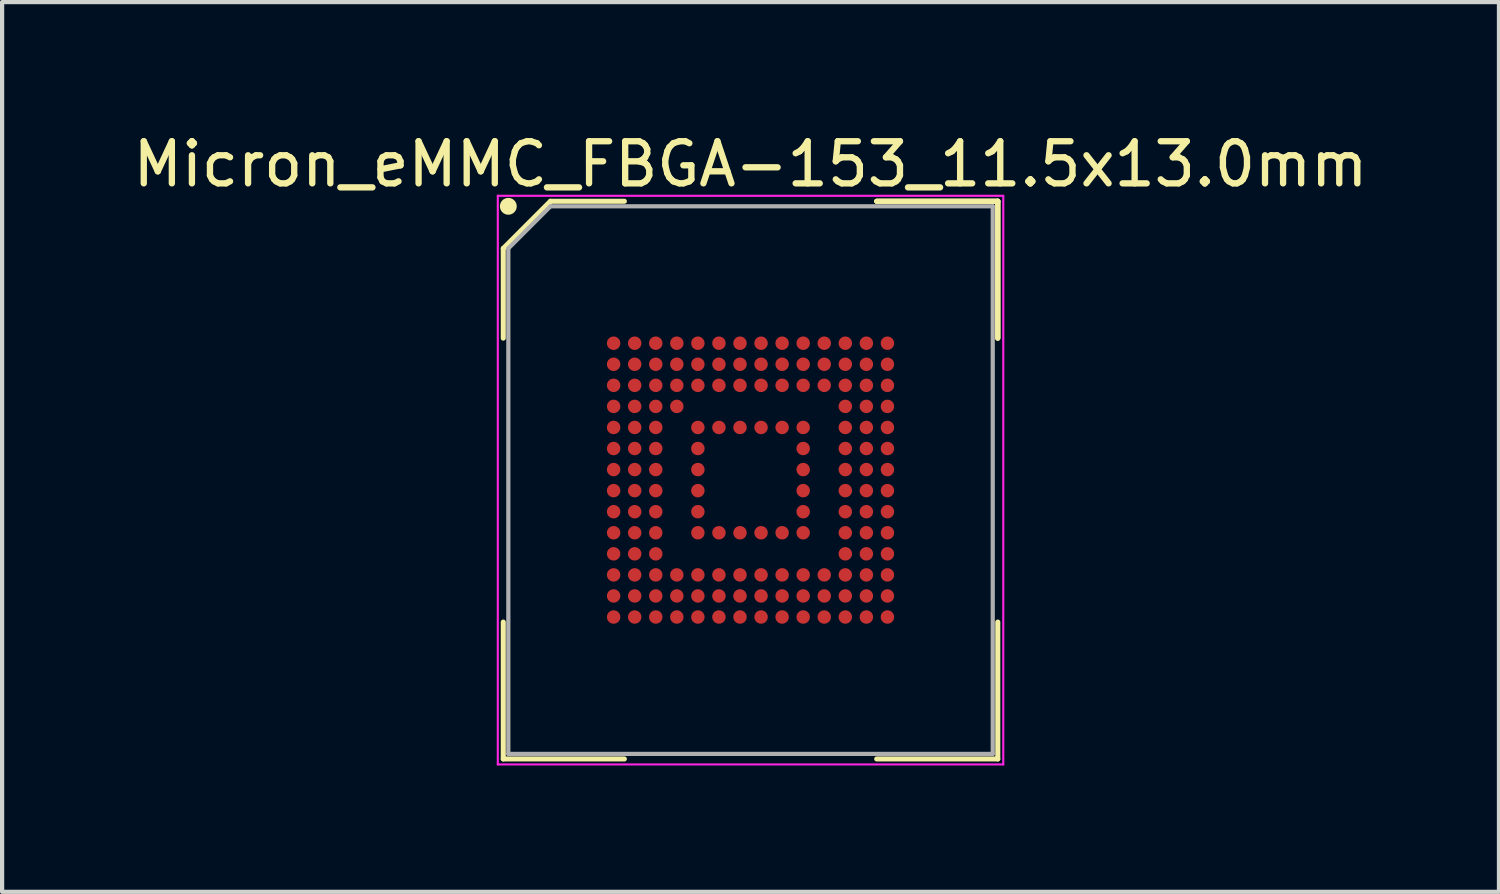
<source format=kicad_pcb>
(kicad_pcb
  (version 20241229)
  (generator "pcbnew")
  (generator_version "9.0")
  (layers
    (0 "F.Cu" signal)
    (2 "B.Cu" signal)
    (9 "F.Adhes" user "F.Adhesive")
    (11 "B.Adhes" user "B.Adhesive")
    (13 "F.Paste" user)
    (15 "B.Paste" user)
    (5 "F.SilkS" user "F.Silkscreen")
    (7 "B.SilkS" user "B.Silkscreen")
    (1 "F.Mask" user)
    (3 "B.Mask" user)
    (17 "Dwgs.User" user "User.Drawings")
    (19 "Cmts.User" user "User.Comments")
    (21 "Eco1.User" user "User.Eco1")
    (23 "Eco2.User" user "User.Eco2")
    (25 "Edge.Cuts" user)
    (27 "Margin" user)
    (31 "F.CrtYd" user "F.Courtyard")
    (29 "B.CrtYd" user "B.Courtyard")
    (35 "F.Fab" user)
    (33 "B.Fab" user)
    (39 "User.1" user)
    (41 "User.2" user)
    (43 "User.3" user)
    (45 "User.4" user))
  (footprint "Micron_eMMC_FBGA-153_11.5x13.0mm"
    (layer "F.Cu")
    (at 14.768 8.348)
    (property "Reference" "Micron_eMMC_FBGA-153_11.5x13.0mm" (at 0 -7.5 0) (layer "F.SilkS") (effects (font (size 1 1) (thickness 0.15))))
    (attr through_hole)
    (fp_line (start -5.87 -5.5) (end -5.87 -3.37) (stroke (width 0.12) (type default)) (layer "F.SilkS"))
    (fp_line (start -5.87 6.62) (end -5.87 3.37) (stroke (width 0.12) (type default)) (layer "F.SilkS"))
    (fp_line (start -4.75 -6.62) (end -5.87 -5.5) (stroke (width 0.12) (type default)) (layer "F.SilkS"))
    (fp_line (start -2.995 -6.62) (end -4.75 -6.62) (stroke (width 0.12) (type default)) (layer "F.SilkS"))
    (fp_line (start -2.995 6.62) (end -5.87 6.62) (stroke (width 0.12) (type default)) (layer "F.SilkS"))
    (fp_line (start 2.995 -6.62) (end 5.87 -6.62) (stroke (width 0.12) (type default)) (layer "F.SilkS"))
    (fp_line (start 2.995 -6.62) (end 5.87 -6.62) (stroke (width 0.12) (type default)) (layer "F.SilkS"))
    (fp_line (start 2.995 -6.62) (end 5.87 -6.62) (stroke (width 0.12) (type default)) (layer "F.SilkS"))
    (fp_line (start 2.995 6.62) (end 5.87 6.62) (stroke (width 0.12) (type default)) (layer "F.SilkS"))
    (fp_line (start 5.87 -6.62) (end 5.87 -3.37) (stroke (width 0.12) (type default)) (layer "F.SilkS"))
    (fp_line (start 5.87 -6.62) (end 5.87 -3.37) (stroke (width 0.12) (type default)) (layer "F.SilkS"))
    (fp_line (start 5.87 -6.62) (end 5.87 -3.37) (stroke (width 0.12) (type default)) (layer "F.SilkS"))
    (fp_line (start 5.87 6.62) (end 5.87 3.37) (stroke (width 0.12) (type default)) (layer "F.SilkS"))
    (fp_circle (center -5.75 -6.5) (end -5.75 -6.4) (stroke (width 0.2) (type default)) (fill no) (layer "F.SilkS"))
    (fp_line (start -6 -6.75) (end 6 -6.75) (stroke (width 0.05) (type default)) (layer "F.CrtYd"))
    (fp_line (start -6 6.75) (end -6 -6.75) (stroke (width 0.05) (type default)) (layer "F.CrtYd"))
    (fp_line (start 6 -6.75) (end 6 6.75) (stroke (width 0.05) (type default)) (layer "F.CrtYd"))
    (fp_line (start 6 6.75) (end -6 6.75) (stroke (width 0.05) (type default)) (layer "F.CrtYd"))
    (fp_line (start -5.75 -5.5) (end -5.75 6.5) (stroke (width 0.1) (type default)) (layer "F.Fab"))
    (fp_line (start -5.75 6.5) (end 5.75 6.5) (stroke (width 0.1) (type default)) (layer "F.Fab"))
    (fp_line (start -4.75 -6.5) (end -5.75 -5.5) (stroke (width 0.1) (type default)) (layer "F.Fab"))
    (fp_line (start 5.75 -6.5) (end -4.75 -6.5) (stroke (width 0.1) (type default)) (layer "F.Fab"))
    (fp_line (start 5.75 6.5) (end 5.75 -6.5) (stroke (width 0.1) (type default)) (layer "F.Fab"))
    (pad "A1" smd circle (at -3.25 -3.25) (size 0.319 0.319) (layers "F.Cu" "F.Mask" "F.Paste"))
    (pad "A2" smd circle (at -2.75 -3.25) (size 0.319 0.319) (layers "F.Cu" "F.Mask" "F.Paste"))
    (pad "A3" smd circle (at -2.25 -3.25) (size 0.319 0.319) (layers "F.Cu" "F.Mask" "F.Paste"))
    (pad "A4" smd circle (at -1.75 -3.25) (size 0.319 0.319) (layers "F.Cu" "F.Mask" "F.Paste"))
    (pad "A5" smd circle (at -1.25 -3.25) (size 0.319 0.319) (layers "F.Cu" "F.Mask" "F.Paste"))
    (pad "A6" smd circle (at -0.75 -3.25) (size 0.319 0.319) (layers "F.Cu" "F.Mask" "F.Paste"))
    (pad "A7" smd circle (at -0.25 -3.25) (size 0.319 0.319) (layers "F.Cu" "F.Mask" "F.Paste"))
    (pad "A8" smd circle (at 0.25 -3.25) (size 0.319 0.319) (layers "F.Cu" "F.Mask" "F.Paste"))
    (pad "A9" smd circle (at 0.75 -3.25) (size 0.319 0.319) (layers "F.Cu" "F.Mask" "F.Paste"))
    (pad "A10" smd circle (at 1.25 -3.25) (size 0.319 0.319) (layers "F.Cu" "F.Mask" "F.Paste"))
    (pad "A11" smd circle (at 1.75 -3.25) (size 0.319 0.319) (layers "F.Cu" "F.Mask" "F.Paste"))
    (pad "A12" smd circle (at 2.25 -3.25) (size 0.319 0.319) (layers "F.Cu" "F.Mask" "F.Paste"))
    (pad "A13" smd circle (at 2.75 -3.25) (size 0.319 0.319) (layers "F.Cu" "F.Mask" "F.Paste"))
    (pad "A14" smd circle (at 3.25 -3.25) (size 0.319 0.319) (layers "F.Cu" "F.Mask" "F.Paste"))
    (pad "B1" smd circle (at -3.25 -2.75) (size 0.319 0.319) (layers "F.Cu" "F.Mask" "F.Paste"))
    (pad "B2" smd circle (at -2.75 -2.75) (size 0.319 0.319) (layers "F.Cu" "F.Mask" "F.Paste"))
    (pad "B3" smd circle (at -2.25 -2.75) (size 0.319 0.319) (layers "F.Cu" "F.Mask" "F.Paste"))
    (pad "B4" smd circle (at -1.75 -2.75) (size 0.319 0.319) (layers "F.Cu" "F.Mask" "F.Paste"))
    (pad "B5" smd circle (at -1.25 -2.75) (size 0.319 0.319) (layers "F.Cu" "F.Mask" "F.Paste"))
    (pad "B6" smd circle (at -0.75 -2.75) (size 0.319 0.319) (layers "F.Cu" "F.Mask" "F.Paste"))
    (pad "B7" smd circle (at -0.25 -2.75) (size 0.319 0.319) (layers "F.Cu" "F.Mask" "F.Paste"))
    (pad "B8" smd circle (at 0.25 -2.75) (size 0.319 0.319) (layers "F.Cu" "F.Mask" "F.Paste"))
    (pad "B9" smd circle (at 0.75 -2.75) (size 0.319 0.319) (layers "F.Cu" "F.Mask" "F.Paste"))
    (pad "B10" smd circle (at 1.25 -2.75) (size 0.319 0.319) (layers "F.Cu" "F.Mask" "F.Paste"))
    (pad "B11" smd circle (at 1.75 -2.75) (size 0.319 0.319) (layers "F.Cu" "F.Mask" "F.Paste"))
    (pad "B12" smd circle (at 2.25 -2.75) (size 0.319 0.319) (layers "F.Cu" "F.Mask" "F.Paste"))
    (pad "B13" smd circle (at 2.75 -2.75) (size 0.319 0.319) (layers "F.Cu" "F.Mask" "F.Paste"))
    (pad "B14" smd circle (at 3.25 -2.75) (size 0.319 0.319) (layers "F.Cu" "F.Mask" "F.Paste"))
    (pad "C1" smd circle (at -3.25 -2.25) (size 0.319 0.319) (layers "F.Cu" "F.Mask" "F.Paste"))
    (pad "C2" smd circle (at -2.75 -2.25) (size 0.319 0.319) (layers "F.Cu" "F.Mask" "F.Paste"))
    (pad "C3" smd circle (at -2.25 -2.25) (size 0.319 0.319) (layers "F.Cu" "F.Mask" "F.Paste"))
    (pad "C4" smd circle (at -1.75 -2.25) (size 0.319 0.319) (layers "F.Cu" "F.Mask" "F.Paste"))
    (pad "C5" smd circle (at -1.25 -2.25) (size 0.319 0.319) (layers "F.Cu" "F.Mask" "F.Paste"))
    (pad "C6" smd circle (at -0.75 -2.25) (size 0.319 0.319) (layers "F.Cu" "F.Mask" "F.Paste"))
    (pad "C7" smd circle (at -0.25 -2.25) (size 0.319 0.319) (layers "F.Cu" "F.Mask" "F.Paste"))
    (pad "C8" smd circle (at 0.25 -2.25) (size 0.319 0.319) (layers "F.Cu" "F.Mask" "F.Paste"))
    (pad "C9" smd circle (at 0.75 -2.25) (size 0.319 0.319) (layers "F.Cu" "F.Mask" "F.Paste"))
    (pad "C10" smd circle (at 1.25 -2.25) (size 0.319 0.319) (layers "F.Cu" "F.Mask" "F.Paste"))
    (pad "C11" smd circle (at 1.75 -2.25) (size 0.319 0.319) (layers "F.Cu" "F.Mask" "F.Paste"))
    (pad "C12" smd circle (at 2.25 -2.25) (size 0.319 0.319) (layers "F.Cu" "F.Mask" "F.Paste"))
    (pad "C13" smd circle (at 2.75 -2.25) (size 0.319 0.319) (layers "F.Cu" "F.Mask" "F.Paste"))
    (pad "C14" smd circle (at 3.25 -2.25) (size 0.319 0.319) (layers "F.Cu" "F.Mask" "F.Paste"))
    (pad "D1" smd circle (at -3.25 -1.75) (size 0.319 0.319) (layers "F.Cu" "F.Mask" "F.Paste"))
    (pad "D2" smd circle (at -2.75 -1.75) (size 0.319 0.319) (layers "F.Cu" "F.Mask" "F.Paste"))
    (pad "D3" smd circle (at -2.25 -1.75) (size 0.319 0.319) (layers "F.Cu" "F.Mask" "F.Paste"))
    (pad "D4" smd circle (at -1.75 -1.75) (size 0.319 0.319) (layers "F.Cu" "F.Mask" "F.Paste"))
    (pad "D12" smd circle (at 2.25 -1.75) (size 0.319 0.319) (layers "F.Cu" "F.Mask" "F.Paste"))
    (pad "D13" smd circle (at 2.75 -1.75) (size 0.319 0.319) (layers "F.Cu" "F.Mask" "F.Paste"))
    (pad "D14" smd circle (at 3.25 -1.75) (size 0.319 0.319) (layers "F.Cu" "F.Mask" "F.Paste"))
    (pad "E1" smd circle (at -3.25 -1.25) (size 0.319 0.319) (layers "F.Cu" "F.Mask" "F.Paste"))
    (pad "E2" smd circle (at -2.75 -1.25) (size 0.319 0.319) (layers "F.Cu" "F.Mask" "F.Paste"))
    (pad "E3" smd circle (at -2.25 -1.25) (size 0.319 0.319) (layers "F.Cu" "F.Mask" "F.Paste"))
    (pad "E5" smd circle (at -1.25 -1.25) (size 0.319 0.319) (layers "F.Cu" "F.Mask" "F.Paste"))
    (pad "E6" smd circle (at -0.75 -1.25) (size 0.319 0.319) (layers "F.Cu" "F.Mask" "F.Paste"))
    (pad "E7" smd circle (at -0.25 -1.25) (size 0.319 0.319) (layers "F.Cu" "F.Mask" "F.Paste"))
    (pad "E8" smd circle (at 0.25 -1.25) (size 0.319 0.319) (layers "F.Cu" "F.Mask" "F.Paste"))
    (pad "E9" smd circle (at 0.75 -1.25) (size 0.319 0.319) (layers "F.Cu" "F.Mask" "F.Paste"))
    (pad "E10" smd circle (at 1.25 -1.25) (size 0.319 0.319) (layers "F.Cu" "F.Mask" "F.Paste"))
    (pad "E12" smd circle (at 2.25 -1.25) (size 0.319 0.319) (layers "F.Cu" "F.Mask" "F.Paste"))
    (pad "E13" smd circle (at 2.75 -1.25) (size 0.319 0.319) (layers "F.Cu" "F.Mask" "F.Paste"))
    (pad "E14" smd circle (at 3.25 -1.25) (size 0.319 0.319) (layers "F.Cu" "F.Mask" "F.Paste"))
    (pad "F1" smd circle (at -3.25 -0.75) (size 0.319 0.319) (layers "F.Cu" "F.Mask" "F.Paste"))
    (pad "F2" smd circle (at -2.75 -0.75) (size 0.319 0.319) (layers "F.Cu" "F.Mask" "F.Paste"))
    (pad "F3" smd circle (at -2.25 -0.75) (size 0.319 0.319) (layers "F.Cu" "F.Mask" "F.Paste"))
    (pad "F5" smd circle (at -1.25 -0.75) (size 0.319 0.319) (layers "F.Cu" "F.Mask" "F.Paste"))
    (pad "F10" smd circle (at 1.25 -0.75) (size 0.319 0.319) (layers "F.Cu" "F.Mask" "F.Paste"))
    (pad "F12" smd circle (at 2.25 -0.75) (size 0.319 0.319) (layers "F.Cu" "F.Mask" "F.Paste"))
    (pad "F13" smd circle (at 2.75 -0.75) (size 0.319 0.319) (layers "F.Cu" "F.Mask" "F.Paste"))
    (pad "F14" smd circle (at 3.25 -0.75) (size 0.319 0.319) (layers "F.Cu" "F.Mask" "F.Paste"))
    (pad "G1" smd circle (at -3.25 -0.25) (size 0.319 0.319) (layers "F.Cu" "F.Mask" "F.Paste"))
    (pad "G2" smd circle (at -2.75 -0.25) (size 0.319 0.319) (layers "F.Cu" "F.Mask" "F.Paste"))
    (pad "G3" smd circle (at -2.25 -0.25) (size 0.319 0.319) (layers "F.Cu" "F.Mask" "F.Paste"))
    (pad "G5" smd circle (at -1.25 -0.25) (size 0.319 0.319) (layers "F.Cu" "F.Mask" "F.Paste"))
    (pad "G10" smd circle (at 1.25 -0.25) (size 0.319 0.319) (layers "F.Cu" "F.Mask" "F.Paste"))
    (pad "G12" smd circle (at 2.25 -0.25) (size 0.319 0.319) (layers "F.Cu" "F.Mask" "F.Paste"))
    (pad "G13" smd circle (at 2.75 -0.25) (size 0.319 0.319) (layers "F.Cu" "F.Mask" "F.Paste"))
    (pad "G14" smd circle (at 3.25 -0.25) (size 0.319 0.319) (layers "F.Cu" "F.Mask" "F.Paste"))
    (pad "H1" smd circle (at -3.25 0.25) (size 0.319 0.319) (layers "F.Cu" "F.Mask" "F.Paste"))
    (pad "H2" smd circle (at -2.75 0.25) (size 0.319 0.319) (layers "F.Cu" "F.Mask" "F.Paste"))
    (pad "H3" smd circle (at -2.25 0.25) (size 0.319 0.319) (layers "F.Cu" "F.Mask" "F.Paste"))
    (pad "H5" smd circle (at -1.25 0.25) (size 0.319 0.319) (layers "F.Cu" "F.Mask" "F.Paste"))
    (pad "H10" smd circle (at 1.25 0.25) (size 0.319 0.319) (layers "F.Cu" "F.Mask" "F.Paste"))
    (pad "H12" smd circle (at 2.25 0.25) (size 0.319 0.319) (layers "F.Cu" "F.Mask" "F.Paste"))
    (pad "H13" smd circle (at 2.75 0.25) (size 0.319 0.319) (layers "F.Cu" "F.Mask" "F.Paste"))
    (pad "H14" smd circle (at 3.25 0.25) (size 0.319 0.319) (layers "F.Cu" "F.Mask" "F.Paste"))
    (pad "J1" smd circle (at -3.25 0.75) (size 0.319 0.319) (layers "F.Cu" "F.Mask" "F.Paste"))
    (pad "J2" smd circle (at -2.75 0.75) (size 0.319 0.319) (layers "F.Cu" "F.Mask" "F.Paste"))
    (pad "J3" smd circle (at -2.25 0.75) (size 0.319 0.319) (layers "F.Cu" "F.Mask" "F.Paste"))
    (pad "J5" smd circle (at -1.25 0.75) (size 0.319 0.319) (layers "F.Cu" "F.Mask" "F.Paste"))
    (pad "J10" smd circle (at 1.25 0.75) (size 0.319 0.319) (layers "F.Cu" "F.Mask" "F.Paste"))
    (pad "J12" smd circle (at 2.25 0.75) (size 0.319 0.319) (layers "F.Cu" "F.Mask" "F.Paste"))
    (pad "J13" smd circle (at 2.75 0.75) (size 0.319 0.319) (layers "F.Cu" "F.Mask" "F.Paste"))
    (pad "J14" smd circle (at 3.25 0.75) (size 0.319 0.319) (layers "F.Cu" "F.Mask" "F.Paste"))
    (pad "K1" smd circle (at -3.25 1.25) (size 0.319 0.319) (layers "F.Cu" "F.Mask" "F.Paste"))
    (pad "K2" smd circle (at -2.75 1.25) (size 0.319 0.319) (layers "F.Cu" "F.Mask" "F.Paste"))
    (pad "K3" smd circle (at -2.25 1.25) (size 0.319 0.319) (layers "F.Cu" "F.Mask" "F.Paste"))
    (pad "K5" smd circle (at -1.25 1.25) (size 0.319 0.319) (layers "F.Cu" "F.Mask" "F.Paste"))
    (pad "K6" smd circle (at -0.75 1.25) (size 0.319 0.319) (layers "F.Cu" "F.Mask" "F.Paste"))
    (pad "K7" smd circle (at -0.25 1.25) (size 0.319 0.319) (layers "F.Cu" "F.Mask" "F.Paste"))
    (pad "K8" smd circle (at 0.25 1.25) (size 0.319 0.319) (layers "F.Cu" "F.Mask" "F.Paste"))
    (pad "K9" smd circle (at 0.75 1.25) (size 0.319 0.319) (layers "F.Cu" "F.Mask" "F.Paste"))
    (pad "K10" smd circle (at 1.25 1.25) (size 0.319 0.319) (layers "F.Cu" "F.Mask" "F.Paste"))
    (pad "K12" smd circle (at 2.25 1.25) (size 0.319 0.319) (layers "F.Cu" "F.Mask" "F.Paste"))
    (pad "K13" smd circle (at 2.75 1.25) (size 0.319 0.319) (layers "F.Cu" "F.Mask" "F.Paste"))
    (pad "K14" smd circle (at 3.25 1.25) (size 0.319 0.319) (layers "F.Cu" "F.Mask" "F.Paste"))
    (pad "L1" smd circle (at -3.25 1.75) (size 0.319 0.319) (layers "F.Cu" "F.Mask" "F.Paste"))
    (pad "L2" smd circle (at -2.75 1.75) (size 0.319 0.319) (layers "F.Cu" "F.Mask" "F.Paste"))
    (pad "L3" smd circle (at -2.25 1.75) (size 0.319 0.319) (layers "F.Cu" "F.Mask" "F.Paste"))
    (pad "L12" smd circle (at 2.25 1.75) (size 0.319 0.319) (layers "F.Cu" "F.Mask" "F.Paste"))
    (pad "L13" smd circle (at 2.75 1.75) (size 0.319 0.319) (layers "F.Cu" "F.Mask" "F.Paste"))
    (pad "L14" smd circle (at 3.25 1.75) (size 0.319 0.319) (layers "F.Cu" "F.Mask" "F.Paste"))
    (pad "M1" smd circle (at -3.25 2.25) (size 0.319 0.319) (layers "F.Cu" "F.Mask" "F.Paste"))
    (pad "M2" smd circle (at -2.75 2.25) (size 0.319 0.319) (layers "F.Cu" "F.Mask" "F.Paste"))
    (pad "M3" smd circle (at -2.25 2.25) (size 0.319 0.319) (layers "F.Cu" "F.Mask" "F.Paste"))
    (pad "M4" smd circle (at -1.75 2.25) (size 0.319 0.319) (layers "F.Cu" "F.Mask" "F.Paste"))
    (pad "M5" smd circle (at -1.25 2.25) (size 0.319 0.319) (layers "F.Cu" "F.Mask" "F.Paste"))
    (pad "M6" smd circle (at -0.75 2.25) (size 0.319 0.319) (layers "F.Cu" "F.Mask" "F.Paste"))
    (pad "M7" smd circle (at -0.25 2.25) (size 0.319 0.319) (layers "F.Cu" "F.Mask" "F.Paste"))
    (pad "M8" smd circle (at 0.25 2.25) (size 0.319 0.319) (layers "F.Cu" "F.Mask" "F.Paste"))
    (pad "M9" smd circle (at 0.75 2.25) (size 0.319 0.319) (layers "F.Cu" "F.Mask" "F.Paste"))
    (pad "M10" smd circle (at 1.25 2.25) (size 0.319 0.319) (layers "F.Cu" "F.Mask" "F.Paste"))
    (pad "M11" smd circle (at 1.75 2.25) (size 0.319 0.319) (layers "F.Cu" "F.Mask" "F.Paste"))
    (pad "M12" smd circle (at 2.25 2.25) (size 0.319 0.319) (layers "F.Cu" "F.Mask" "F.Paste"))
    (pad "M13" smd circle (at 2.75 2.25) (size 0.319 0.319) (layers "F.Cu" "F.Mask" "F.Paste"))
    (pad "M14" smd circle (at 3.25 2.25) (size 0.319 0.319) (layers "F.Cu" "F.Mask" "F.Paste"))
    (pad "N1" smd circle (at -3.25 2.75) (size 0.319 0.319) (layers "F.Cu" "F.Mask" "F.Paste"))
    (pad "N2" smd circle (at -2.75 2.75) (size 0.319 0.319) (layers "F.Cu" "F.Mask" "F.Paste"))
    (pad "N3" smd circle (at -2.25 2.75) (size 0.319 0.319) (layers "F.Cu" "F.Mask" "F.Paste"))
    (pad "N4" smd circle (at -1.75 2.75) (size 0.319 0.319) (layers "F.Cu" "F.Mask" "F.Paste"))
    (pad "N5" smd circle (at -1.25 2.75) (size 0.319 0.319) (layers "F.Cu" "F.Mask" "F.Paste"))
    (pad "N6" smd circle (at -0.75 2.75) (size 0.319 0.319) (layers "F.Cu" "F.Mask" "F.Paste"))
    (pad "N7" smd circle (at -0.25 2.75) (size 0.319 0.319) (layers "F.Cu" "F.Mask" "F.Paste"))
    (pad "N8" smd circle (at 0.25 2.75) (size 0.319 0.319) (layers "F.Cu" "F.Mask" "F.Paste"))
    (pad "N9" smd circle (at 0.75 2.75) (size 0.319 0.319) (layers "F.Cu" "F.Mask" "F.Paste"))
    (pad "N10" smd circle (at 1.25 2.75) (size 0.319 0.319) (layers "F.Cu" "F.Mask" "F.Paste"))
    (pad "N11" smd circle (at 1.75 2.75) (size 0.319 0.319) (layers "F.Cu" "F.Mask" "F.Paste"))
    (pad "N12" smd circle (at 2.25 2.75) (size 0.319 0.319) (layers "F.Cu" "F.Mask" "F.Paste"))
    (pad "N13" smd circle (at 2.75 2.75) (size 0.319 0.319) (layers "F.Cu" "F.Mask" "F.Paste"))
    (pad "N14" smd circle (at 3.25 2.75) (size 0.319 0.319) (layers "F.Cu" "F.Mask" "F.Paste"))
    (pad "P1" smd circle (at -3.25 3.25) (size 0.319 0.319) (layers "F.Cu" "F.Mask" "F.Paste"))
    (pad "P2" smd circle (at -2.75 3.25) (size 0.319 0.319) (layers "F.Cu" "F.Mask" "F.Paste"))
    (pad "P3" smd circle (at -2.25 3.25) (size 0.319 0.319) (layers "F.Cu" "F.Mask" "F.Paste"))
    (pad "P4" smd circle (at -1.75 3.25) (size 0.319 0.319) (layers "F.Cu" "F.Mask" "F.Paste"))
    (pad "P5" smd circle (at -1.25 3.25) (size 0.319 0.319) (layers "F.Cu" "F.Mask" "F.Paste"))
    (pad "P6" smd circle (at -0.75 3.25) (size 0.319 0.319) (layers "F.Cu" "F.Mask" "F.Paste"))
    (pad "P7" smd circle (at -0.25 3.25) (size 0.319 0.319) (layers "F.Cu" "F.Mask" "F.Paste"))
    (pad "P8" smd circle (at 0.25 3.25) (size 0.319 0.319) (layers "F.Cu" "F.Mask" "F.Paste"))
    (pad "P9" smd circle (at 0.75 3.25) (size 0.319 0.319) (layers "F.Cu" "F.Mask" "F.Paste"))
    (pad "P10" smd circle (at 1.25 3.25) (size 0.319 0.319) (layers "F.Cu" "F.Mask" "F.Paste"))
    (pad "P11" smd circle (at 1.75 3.25) (size 0.319 0.319) (layers "F.Cu" "F.Mask" "F.Paste"))
    (pad "P12" smd circle (at 2.25 3.25) (size 0.319 0.319) (layers "F.Cu" "F.Mask" "F.Paste"))
    (pad "P13" smd circle (at 2.75 3.25) (size 0.319 0.319) (layers "F.Cu" "F.Mask" "F.Paste"))
    (pad "P14" smd circle (at 3.25 3.25) (size 0.319 0.319) (layers "F.Cu" "F.Mask" "F.Paste")))
  (gr_rect
    (start -3 -3)
    (end 32.536 18.123)
    (stroke (width 0.1) (type default))
    (fill no)
    (layer "Edge.Cuts")))
</source>
